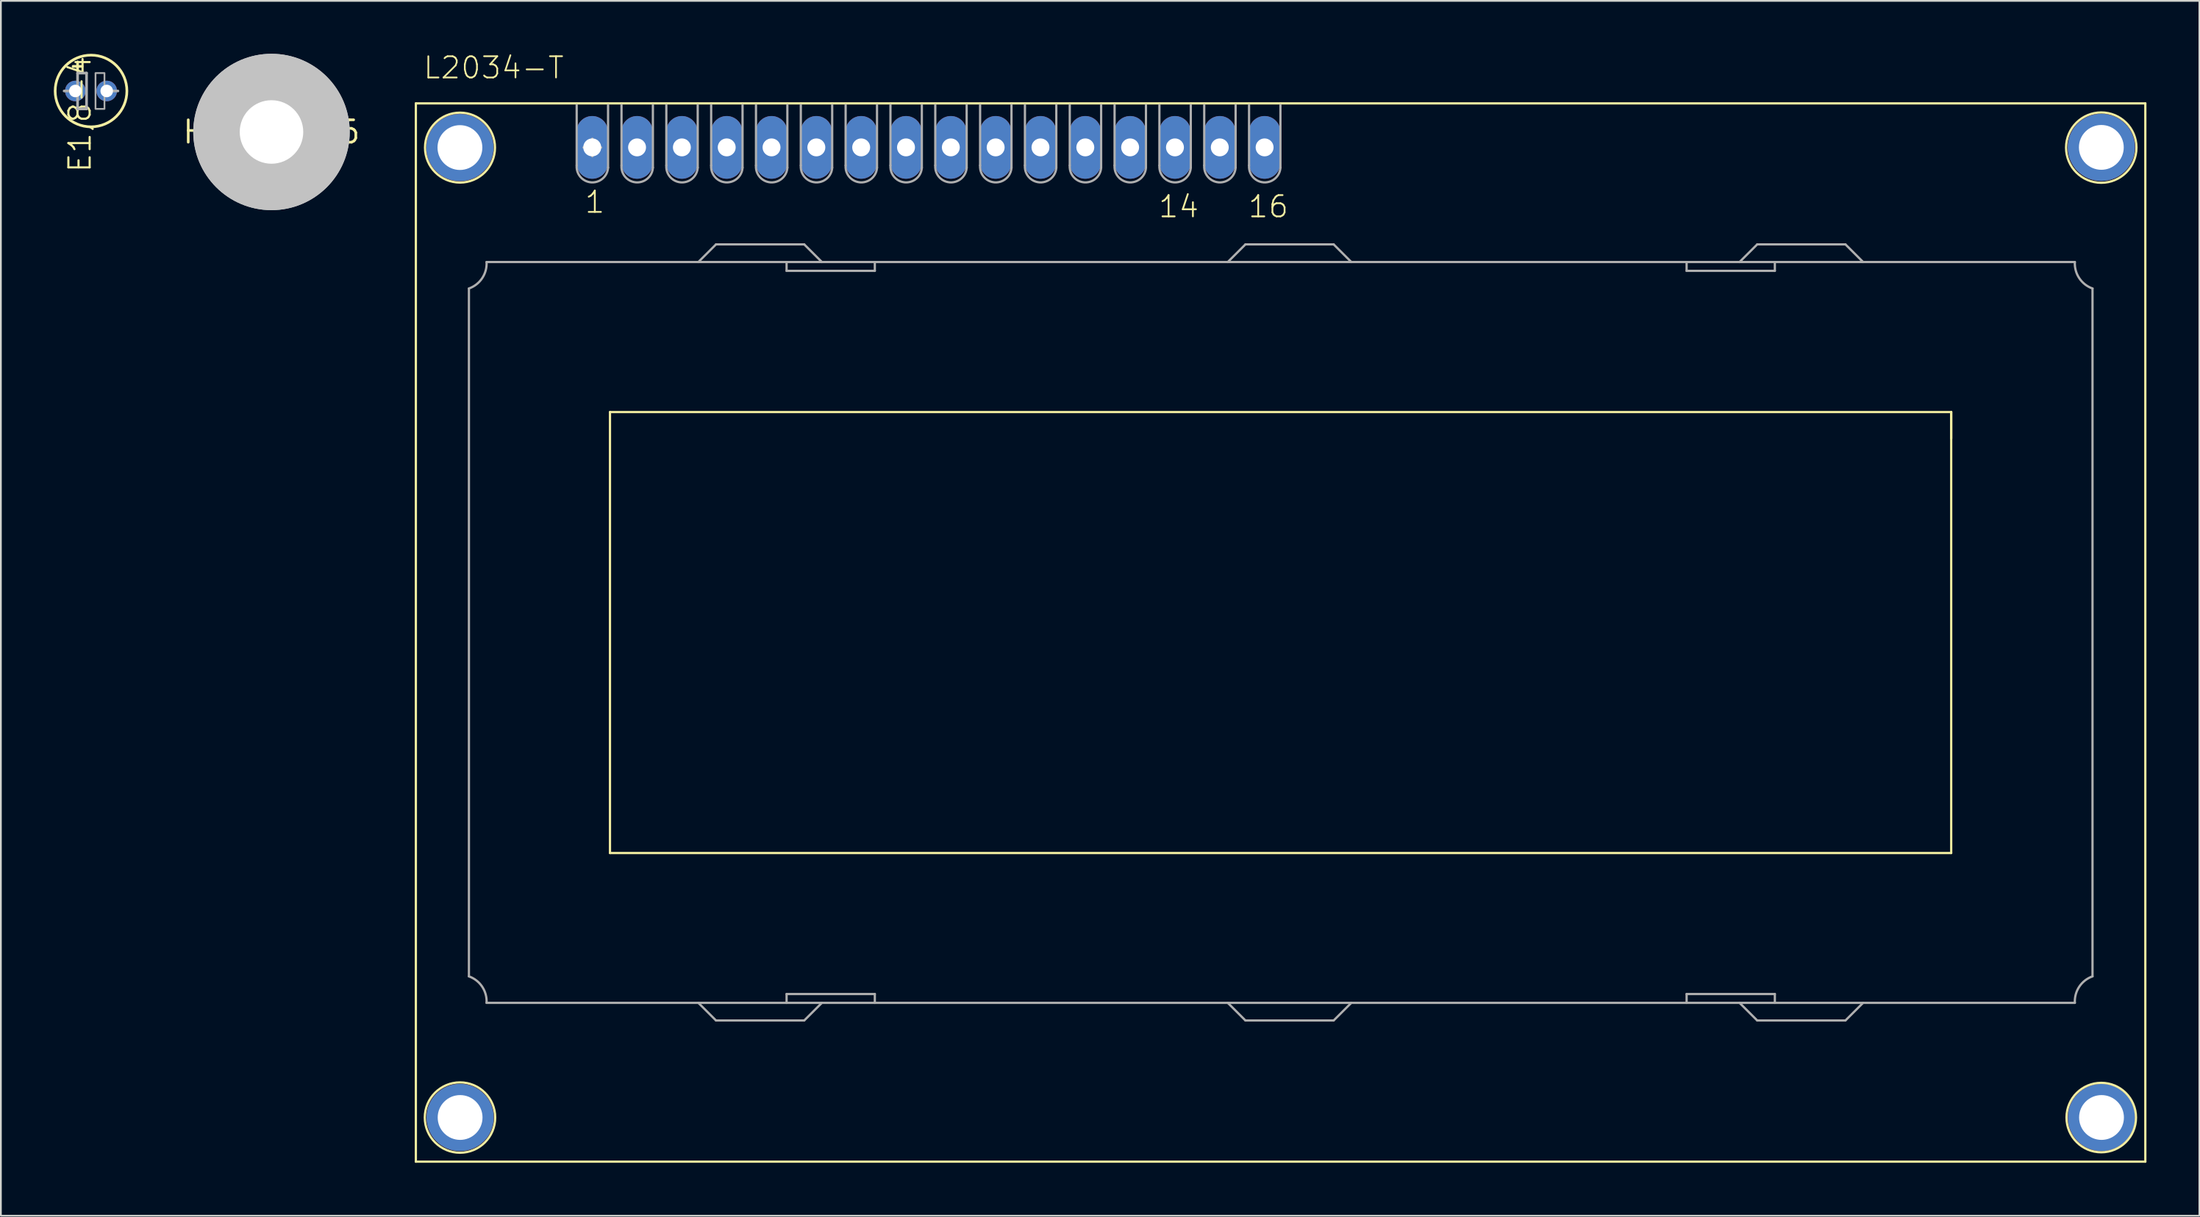
<source format=kicad_pcb>
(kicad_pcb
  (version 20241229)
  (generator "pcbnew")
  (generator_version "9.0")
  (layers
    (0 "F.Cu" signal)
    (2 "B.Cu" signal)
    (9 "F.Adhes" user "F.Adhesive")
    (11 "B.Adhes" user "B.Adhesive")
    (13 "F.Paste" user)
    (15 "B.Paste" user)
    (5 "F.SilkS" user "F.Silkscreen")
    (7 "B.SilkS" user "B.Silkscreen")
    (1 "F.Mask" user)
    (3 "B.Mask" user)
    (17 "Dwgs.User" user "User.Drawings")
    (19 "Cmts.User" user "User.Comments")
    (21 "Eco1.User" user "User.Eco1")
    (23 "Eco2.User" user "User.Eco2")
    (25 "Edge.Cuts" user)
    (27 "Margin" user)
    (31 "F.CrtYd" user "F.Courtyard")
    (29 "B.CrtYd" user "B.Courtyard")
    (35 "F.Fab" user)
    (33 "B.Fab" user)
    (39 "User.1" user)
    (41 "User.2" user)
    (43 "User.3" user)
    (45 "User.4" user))
  (footprint "L2034-T"
    (layer "F.Cu")
    (at 68.617 33.253)
    (property "Reference" "L2034-T" (at -47.747 -31.757 0) (layer "F.SilkS") (effects (font (size 1.206 1.206) (thickness 0.097)) (justify left bottom)))
    (attr through_hole)
    (fp_line (start -48.102 -30.442) (end -48.102 29.558) (stroke (width 0.127) (type solid)) (layer "F.SilkS"))
    (fp_line (start -48.102 29.558) (end 49.898 29.558) (stroke (width 0.127) (type solid)) (layer "F.SilkS"))
    (fp_line (start -37.102 -12.941) (end -37.102 12.059) (stroke (width 0.127) (type solid)) (layer "F.SilkS"))
    (fp_line (start -37.102 -12.941) (end 38.898 -12.941) (stroke (width 0.127) (type solid)) (layer "F.SilkS"))
    (fp_line (start -37.102 12.059) (end 38.898 12.059) (stroke (width 0.127) (type solid)) (layer "F.SilkS"))
    (fp_line (start 38.898 -12.941) (end 38.898 -11.441) (stroke (width 0.127) (type solid)) (layer "F.SilkS"))
    (fp_line (start 38.898 12.059) (end 38.898 -12.941) (stroke (width 0.127) (type solid)) (layer "F.SilkS"))
    (fp_line (start 49.898 -30.442) (end -48.102 -30.442) (stroke (width 0.127) (type solid)) (layer "F.SilkS"))
    (fp_line (start 49.898 29.558) (end 49.898 -30.442) (stroke (width 0.127) (type solid)) (layer "F.SilkS"))
    (fp_circle (center -45.601 -27.934) (end -43.619 -27.934) (stroke (width 0.127) (type solid)) (fill no) (layer "F.SilkS"))
    (fp_circle (center -45.601 27.057) (end -43.607 27.057) (stroke (width 0.127) (type solid)) (fill no) (layer "F.SilkS"))
    (fp_circle (center 47.401 -27.934) (end 49.395 -27.934) (stroke (width 0.127) (type solid)) (fill no) (layer "F.SilkS"))
    (fp_circle (center 47.401 27.057) (end 49.37 27.057) (stroke (width 0.127) (type solid)) (fill no) (layer "F.SilkS"))
    (fp_line (start -46.602 -27.942) (end -44.602 -27.942) (stroke (width 0.127) (type solid)) (layer "F.Fab"))
    (fp_line (start -46.602 27.058) (end -44.602 27.058) (stroke (width 0.127) (type solid)) (layer "F.Fab"))
    (fp_line (start -45.602 -28.942) (end -45.602 -26.942) (stroke (width 0.127) (type solid)) (layer "F.Fab"))
    (fp_line (start -45.602 26.058) (end -45.602 28.058) (stroke (width 0.127) (type solid)) (layer "F.Fab"))
    (fp_line (start -45.095 -19.947) (end -45.095 19.053) (stroke (width 0.127) (type solid)) (layer "F.Fab"))
    (fp_line (start -44.095 20.553) (end -32.095 20.553) (stroke (width 0.127) (type solid)) (layer "F.Fab"))
    (fp_line (start -38.989 -26.924) (end -38.989 -30.353) (stroke (width 0.127) (type solid)) (layer "F.Fab"))
    (fp_line (start -38.602 -27.942) (end -37.602 -27.942) (stroke (width 0.127) (type solid)) (layer "F.Fab"))
    (fp_line (start -38.102 -28.442) (end -38.102 -27.442) (stroke (width 0.127) (type solid)) (layer "F.Fab"))
    (fp_line (start -37.211 -26.797) (end -37.211 -30.353) (stroke (width 0.127) (type solid)) (layer "F.Fab"))
    (fp_line (start -36.449 -26.924) (end -36.449 -30.353) (stroke (width 0.127) (type solid)) (layer "F.Fab"))
    (fp_line (start -34.671 -26.797) (end -34.671 -30.353) (stroke (width 0.127) (type solid)) (layer "F.Fab"))
    (fp_line (start -33.909 -26.924) (end -33.909 -30.353) (stroke (width 0.127) (type solid)) (layer "F.Fab"))
    (fp_line (start -32.131 -26.797) (end -32.131 -30.353) (stroke (width 0.127) (type solid)) (layer "F.Fab"))
    (fp_line (start -32.095 -21.447) (end -44.095 -21.447) (stroke (width 0.127) (type solid)) (layer "F.Fab"))
    (fp_line (start -32.095 -21.447) (end -31.095 -22.447) (stroke (width 0.127) (type solid)) (layer "F.Fab"))
    (fp_line (start -32.095 20.553) (end -31.095 21.553) (stroke (width 0.127) (type solid)) (layer "F.Fab"))
    (fp_line (start -32.095 20.553) (end -27.095 20.553) (stroke (width 0.127) (type solid)) (layer "F.Fab"))
    (fp_line (start -31.369 -26.924) (end -31.369 -30.353) (stroke (width 0.127) (type solid)) (layer "F.Fab"))
    (fp_line (start -31.095 -22.447) (end -26.095 -22.447) (stroke (width 0.127) (type solid)) (layer "F.Fab"))
    (fp_line (start -31.095 21.553) (end -26.095 21.553) (stroke (width 0.127) (type solid)) (layer "F.Fab"))
    (fp_line (start -29.591 -26.797) (end -29.591 -30.353) (stroke (width 0.127) (type solid)) (layer "F.Fab"))
    (fp_line (start -28.829 -26.924) (end -28.829 -30.353) (stroke (width 0.127) (type solid)) (layer "F.Fab"))
    (fp_line (start -27.095 -21.447) (end -32.095 -21.447) (stroke (width 0.127) (type solid)) (layer "F.Fab"))
    (fp_line (start -27.095 -21.447) (end -27.095 -20.947) (stroke (width 0.127) (type solid)) (layer "F.Fab"))
    (fp_line (start -27.095 -20.947) (end -22.095 -20.947) (stroke (width 0.127) (type solid)) (layer "F.Fab"))
    (fp_line (start -27.095 20.053) (end -22.095 20.053) (stroke (width 0.127) (type solid)) (layer "F.Fab"))
    (fp_line (start -27.095 20.553) (end -27.095 20.053) (stroke (width 0.127) (type solid)) (layer "F.Fab"))
    (fp_line (start -27.095 20.553) (end -25.095 20.553) (stroke (width 0.127) (type solid)) (layer "F.Fab"))
    (fp_line (start -27.051 -26.797) (end -27.051 -30.353) (stroke (width 0.127) (type solid)) (layer "F.Fab"))
    (fp_line (start -26.289 -26.924) (end -26.289 -30.353) (stroke (width 0.127) (type solid)) (layer "F.Fab"))
    (fp_line (start -26.095 -22.447) (end -25.095 -21.447) (stroke (width 0.127) (type solid)) (layer "F.Fab"))
    (fp_line (start -26.095 21.553) (end -25.095 20.553) (stroke (width 0.127) (type solid)) (layer "F.Fab"))
    (fp_line (start -25.095 -21.447) (end -27.095 -21.447) (stroke (width 0.127) (type solid)) (layer "F.Fab"))
    (fp_line (start -25.095 20.553) (end -22.095 20.553) (stroke (width 0.127) (type solid)) (layer "F.Fab"))
    (fp_line (start -24.511 -26.797) (end -24.511 -30.353) (stroke (width 0.127) (type solid)) (layer "F.Fab"))
    (fp_line (start -23.749 -26.924) (end -23.749 -30.353) (stroke (width 0.127) (type solid)) (layer "F.Fab"))
    (fp_line (start -22.095 -21.447) (end -25.095 -21.447) (stroke (width 0.127) (type solid)) (layer "F.Fab"))
    (fp_line (start -22.095 -20.947) (end -22.095 -21.447) (stroke (width 0.127) (type solid)) (layer "F.Fab"))
    (fp_line (start -22.095 20.053) (end -22.095 20.553) (stroke (width 0.127) (type solid)) (layer "F.Fab"))
    (fp_line (start -22.095 20.553) (end -2.095 20.553) (stroke (width 0.127) (type solid)) (layer "F.Fab"))
    (fp_line (start -21.971 -26.797) (end -21.971 -30.353) (stroke (width 0.127) (type solid)) (layer "F.Fab"))
    (fp_line (start -21.209 -26.924) (end -21.209 -30.353) (stroke (width 0.127) (type solid)) (layer "F.Fab"))
    (fp_line (start -19.431 -26.797) (end -19.431 -30.353) (stroke (width 0.127) (type solid)) (layer "F.Fab"))
    (fp_line (start -18.669 -26.924) (end -18.669 -30.353) (stroke (width 0.127) (type solid)) (layer "F.Fab"))
    (fp_line (start -16.891 -26.797) (end -16.891 -30.353) (stroke (width 0.127) (type solid)) (layer "F.Fab"))
    (fp_line (start -16.129 -26.924) (end -16.129 -30.353) (stroke (width 0.127) (type solid)) (layer "F.Fab"))
    (fp_line (start -14.351 -26.797) (end -14.351 -30.353) (stroke (width 0.127) (type solid)) (layer "F.Fab"))
    (fp_line (start -13.589 -26.924) (end -13.589 -30.353) (stroke (width 0.127) (type solid)) (layer "F.Fab"))
    (fp_line (start -11.811 -26.797) (end -11.811 -30.353) (stroke (width 0.127) (type solid)) (layer "F.Fab"))
    (fp_line (start -11.049 -26.924) (end -11.049 -30.353) (stroke (width 0.127) (type solid)) (layer "F.Fab"))
    (fp_line (start -9.271 -26.797) (end -9.271 -30.353) (stroke (width 0.127) (type solid)) (layer "F.Fab"))
    (fp_line (start -8.509 -26.924) (end -8.509 -30.353) (stroke (width 0.127) (type solid)) (layer "F.Fab"))
    (fp_line (start -6.731 -26.797) (end -6.731 -30.353) (stroke (width 0.127) (type solid)) (layer "F.Fab"))
    (fp_line (start -5.969 -26.924) (end -5.969 -30.353) (stroke (width 0.127) (type solid)) (layer "F.Fab"))
    (fp_line (start -4.191 -26.797) (end -4.191 -30.353) (stroke (width 0.127) (type solid)) (layer "F.Fab"))
    (fp_line (start -3.429 -26.924) (end -3.429 -30.353) (stroke (width 0.127) (type solid)) (layer "F.Fab"))
    (fp_line (start -2.095 -21.447) (end -22.095 -21.447) (stroke (width 0.127) (type solid)) (layer "F.Fab"))
    (fp_line (start -2.095 -21.447) (end -1.095 -22.447) (stroke (width 0.127) (type solid)) (layer "F.Fab"))
    (fp_line (start -2.095 20.553) (end 4.905 20.553) (stroke (width 0.127) (type solid)) (layer "F.Fab"))
    (fp_line (start -1.651 -26.797) (end -1.651 -30.353) (stroke (width 0.127) (type solid)) (layer "F.Fab"))
    (fp_line (start -1.095 -22.447) (end 3.905 -22.447) (stroke (width 0.127) (type solid)) (layer "F.Fab"))
    (fp_line (start -1.095 21.553) (end -2.095 20.553) (stroke (width 0.127) (type solid)) (layer "F.Fab"))
    (fp_line (start -1.095 21.553) (end 3.905 21.553) (stroke (width 0.127) (type solid)) (layer "F.Fab"))
    (fp_line (start -0.889 -26.924) (end -0.889 -30.353) (stroke (width 0.127) (type solid)) (layer "F.Fab"))
    (fp_line (start 0.889 -26.797) (end 0.889 -30.353) (stroke (width 0.127) (type solid)) (layer "F.Fab"))
    (fp_line (start 3.905 -22.447) (end 4.905 -21.447) (stroke (width 0.127) (type solid)) (layer "F.Fab"))
    (fp_line (start 3.905 21.553) (end 4.905 20.553) (stroke (width 0.127) (type solid)) (layer "F.Fab"))
    (fp_line (start 4.905 -21.447) (end -2.095 -21.447) (stroke (width 0.127) (type solid)) (layer "F.Fab"))
    (fp_line (start 4.905 20.553) (end 23.905 20.553) (stroke (width 0.127) (type solid)) (layer "F.Fab"))
    (fp_line (start 23.905 -21.447) (end 4.905 -21.447) (stroke (width 0.127) (type solid)) (layer "F.Fab"))
    (fp_line (start 23.905 -20.947) (end 23.905 -21.447) (stroke (width 0.127) (type solid)) (layer "F.Fab"))
    (fp_line (start 23.905 20.053) (end 23.905 20.553) (stroke (width 0.127) (type solid)) (layer "F.Fab"))
    (fp_line (start 23.905 20.053) (end 28.905 20.053) (stroke (width 0.127) (type solid)) (layer "F.Fab"))
    (fp_line (start 23.905 20.553) (end 26.905 20.553) (stroke (width 0.127) (type solid)) (layer "F.Fab"))
    (fp_line (start 26.905 -21.447) (end 23.905 -21.447) (stroke (width 0.127) (type solid)) (layer "F.Fab"))
    (fp_line (start 26.905 20.553) (end 28.905 20.553) (stroke (width 0.127) (type solid)) (layer "F.Fab"))
    (fp_line (start 27.905 -22.447) (end 26.905 -21.447) (stroke (width 0.127) (type solid)) (layer "F.Fab"))
    (fp_line (start 27.905 21.553) (end 26.905 20.553) (stroke (width 0.127) (type solid)) (layer "F.Fab"))
    (fp_line (start 28.905 -21.447) (end 26.905 -21.447) (stroke (width 0.127) (type solid)) (layer "F.Fab"))
    (fp_line (start 28.905 -20.947) (end 23.905 -20.947) (stroke (width 0.127) (type solid)) (layer "F.Fab"))
    (fp_line (start 28.905 -20.947) (end 28.905 -21.447) (stroke (width 0.127) (type solid)) (layer "F.Fab"))
    (fp_line (start 28.905 20.053) (end 28.905 20.553) (stroke (width 0.127) (type solid)) (layer "F.Fab"))
    (fp_line (start 28.905 20.553) (end 33.905 20.553) (stroke (width 0.127) (type solid)) (layer "F.Fab"))
    (fp_line (start 32.905 -22.447) (end 27.905 -22.447) (stroke (width 0.127) (type solid)) (layer "F.Fab"))
    (fp_line (start 32.905 21.553) (end 27.905 21.553) (stroke (width 0.127) (type solid)) (layer "F.Fab"))
    (fp_line (start 33.905 -21.447) (end 28.905 -21.447) (stroke (width 0.127) (type solid)) (layer "F.Fab"))
    (fp_line (start 33.905 -21.447) (end 32.905 -22.447) (stroke (width 0.127) (type solid)) (layer "F.Fab"))
    (fp_line (start 33.905 20.553) (end 32.905 21.553) (stroke (width 0.127) (type solid)) (layer "F.Fab"))
    (fp_line (start 33.905 20.553) (end 45.905 20.553) (stroke (width 0.127) (type solid)) (layer "F.Fab"))
    (fp_line (start 45.905 -21.447) (end 33.905 -21.447) (stroke (width 0.127) (type solid)) (layer "F.Fab"))
    (fp_line (start 46.398 -27.942) (end 48.398 -27.942) (stroke (width 0.127) (type solid)) (layer "F.Fab"))
    (fp_line (start 46.398 27.058) (end 48.398 27.058) (stroke (width 0.127) (type solid)) (layer "F.Fab"))
    (fp_line (start 46.905 19.053) (end 46.905 -19.947) (stroke (width 0.127) (type solid)) (layer "F.Fab"))
    (fp_line (start 47.398 -28.942) (end 47.398 -26.942) (stroke (width 0.127) (type solid)) (layer "F.Fab"))
    (fp_line (start 47.398 26.058) (end 47.398 28.058) (stroke (width 0.127) (type solid)) (layer "F.Fab"))
    (fp_arc (start -45.0949 19.0529) (mid -44.34488 19.63622) (end -44.0949 20.5529) (stroke (width 0.127) (type solid)) (layer "F.Fab"))
    (fp_arc (start -44.0949 -21.4471) (mid -44.34488 -20.53042) (end -45.0949 -19.9471) (stroke (width 0.127) (type solid)) (layer "F.Fab"))
    (fp_arc (start -37.211 -26.797) (mid -38.1635 -25.9715) (end -38.989 -26.924) (stroke (width 0.127) (type solid)) (layer "F.Fab"))
    (fp_arc (start -34.671 -26.797) (mid -35.6235 -25.9715) (end -36.449 -26.924) (stroke (width 0.127) (type solid)) (layer "F.Fab"))
    (fp_arc (start -32.131 -26.797) (mid -33.0835 -25.9715) (end -33.909 -26.924) (stroke (width 0.127) (type solid)) (layer "F.Fab"))
    (fp_arc (start -29.591 -26.797) (mid -30.5435 -25.9715) (end -31.369 -26.924) (stroke (width 0.127) (type solid)) (layer "F.Fab"))
    (fp_arc (start -27.051 -26.797) (mid -28.0035 -25.9715) (end -28.829 -26.924) (stroke (width 0.127) (type solid)) (layer "F.Fab"))
    (fp_arc (start -24.511 -26.797) (mid -25.4635 -25.9715) (end -26.289 -26.924) (stroke (width 0.127) (type solid)) (layer "F.Fab"))
    (fp_arc (start -21.971 -26.797) (mid -22.9235 -25.9715) (end -23.749 -26.924) (stroke (width 0.127) (type solid)) (layer "F.Fab"))
    (fp_arc (start -19.431 -26.797) (mid -20.3835 -25.9715) (end -21.209 -26.924) (stroke (width 0.127) (type solid)) (layer "F.Fab"))
    (fp_arc (start -16.891 -26.797) (mid -17.8435 -25.9715) (end -18.669 -26.924) (stroke (width 0.127) (type solid)) (layer "F.Fab"))
    (fp_arc (start -14.351 -26.797) (mid -15.3035 -25.9715) (end -16.129 -26.924) (stroke (width 0.127) (type solid)) (layer "F.Fab"))
    (fp_arc (start -11.811 -26.797) (mid -12.7635 -25.9715) (end -13.589 -26.924) (stroke (width 0.127) (type solid)) (layer "F.Fab"))
    (fp_arc (start -9.271 -26.797) (mid -10.2235 -25.9715) (end -11.049 -26.924) (stroke (width 0.127) (type solid)) (layer "F.Fab"))
    (fp_arc (start -6.731 -26.797) (mid -7.6835 -25.9715) (end -8.509 -26.924) (stroke (width 0.127) (type solid)) (layer "F.Fab"))
    (fp_arc (start -4.191 -26.797) (mid -5.1435 -25.9715) (end -5.969 -26.924) (stroke (width 0.127) (type solid)) (layer "F.Fab"))
    (fp_arc (start -1.651 -26.797) (mid -2.6035 -25.9715) (end -3.429 -26.924) (stroke (width 0.127) (type solid)) (layer "F.Fab"))
    (fp_arc (start 0.889 -26.797) (mid -0.0635 -25.9715) (end -0.889 -26.924) (stroke (width 0.127) (type solid)) (layer "F.Fab"))
    (fp_arc (start 45.9051 20.5529) (mid 46.15508 19.63622) (end 46.9051 19.0529) (stroke (width 0.127) (type solid)) (layer "F.Fab"))
    (fp_arc (start 46.9051 -19.9471) (mid 46.15508 -20.53042) (end 45.9051 -21.4471) (stroke (width 0.127) (type solid)) (layer "F.Fab"))
    (fp_text user "14" (at -6.091 -23.883 0) (layer "F.SilkS") (effects (font (size 1.206 1.206) (thickness 0.102)) (justify left bottom)))
    (fp_text user "16" (at -1.011 -23.883 0) (layer "F.SilkS") (effects (font (size 1.206 1.206) (thickness 0.102)) (justify left bottom)))
    (fp_text user "1" (at -38.603 -24.137 0) (layer "F.SilkS") (effects (font (size 1.206 1.206) (thickness 0.102)) (justify left bottom)))
    (pad "1" thru_hole oval (at -38.108 -27.947 270) (size 3.556 1.778) (drill 1.016) (layers "*.Cu" "*.Mask"))
    (pad "2" thru_hole oval (at -35.568 -27.947 270) (size 3.556 1.778) (drill 1.016) (layers "*.Cu" "*.Mask"))
    (pad "3" thru_hole oval (at -33.028 -27.947 270) (size 3.556 1.778) (drill 1.016) (layers "*.Cu" "*.Mask"))
    (pad "4" thru_hole oval (at -30.488 -27.947 270) (size 3.556 1.778) (drill 1.016) (layers "*.Cu" "*.Mask"))
    (pad "5" thru_hole oval (at -27.948 -27.947 270) (size 3.556 1.778) (drill 1.016) (layers "*.Cu" "*.Mask"))
    (pad "6" thru_hole oval (at -25.408 -27.947 270) (size 3.556 1.778) (drill 1.016) (layers "*.Cu" "*.Mask"))
    (pad "7" thru_hole oval (at -22.868 -27.947 270) (size 3.556 1.778) (drill 1.016) (layers "*.Cu" "*.Mask"))
    (pad "8" thru_hole oval (at -20.328 -27.947 270) (size 3.556 1.778) (drill 1.016) (layers "*.Cu" "*.Mask"))
    (pad "9" thru_hole oval (at -17.788 -27.947 270) (size 3.556 1.778) (drill 1.016) (layers "*.Cu" "*.Mask"))
    (pad "10" thru_hole oval (at -15.248 -27.947 270) (size 3.556 1.778) (drill 1.016) (layers "*.Cu" "*.Mask"))
    (pad "11" thru_hole oval (at -12.708 -27.947 270) (size 3.556 1.778) (drill 1.016) (layers "*.Cu" "*.Mask"))
    (pad "12" thru_hole oval (at -10.168 -27.947 270) (size 3.556 1.778) (drill 1.016) (layers "*.Cu" "*.Mask"))
    (pad "13" thru_hole oval (at -7.628 -27.947 270) (size 3.556 1.778) (drill 1.016) (layers "*.Cu" "*.Mask"))
    (pad "14" thru_hole oval (at -5.088 -27.947 270) (size 3.556 1.778) (drill 1.016) (layers "*.Cu" "*.Mask"))
    (pad "15" thru_hole oval (at -2.548 -27.947 270) (size 3.556 1.778) (drill 1.016) (layers "*.Cu" "*.Mask"))
    (pad "16" thru_hole oval (at -0.008 -27.947 270) (size 3.556 1.778) (drill 1.016) (layers "*.Cu" "*.Mask"))
    (pad "P$1" thru_hole circle (at -45.605 -27.937) (size 3.81 3.81) (drill 2.54) (layers "*.Cu" "*.Mask"))
    (pad "P$2" thru_hole circle (at -45.595 27.053) (size 3.81 3.81) (drill 2.54) (layers "*.Cu" "*.Mask"))
    (pad "P$3" thru_hole circle (at 47.415 27.053) (size 3.81 3.81) (drill 2.54) (layers "*.Cu" "*.Mask"))
    (pad "P$4" thru_hole circle (at 47.405 -27.947) (size 3.81 3.81) (drill 2.54) (layers "*.Cu" "*.Mask")))
  (footprint "HOLES_3,6"
    (layer "F.Cu")
    (at 12.334 4.432)
    (property "Reference" "HOLES_3,6" (at 0 0 0) (layer "F.SilkS") (effects (font (size 1.27 1.27) (thickness 0.15))))
    (attr through_hole)
    (fp_circle (center 0 0) (end 1.9 0) (stroke (width 0.203) (type solid)) (fill no) (layer "F.SilkS"))
    (fp_circle (center 0 0) (end 3.429 0) (stroke (width 0.152) (type solid)) (fill no) (layer "F.SilkS"))
    (fp_circle (center 0 0) (end 3.048 0) (stroke (width 2.032) (type solid)) (fill no) (layer "Dwgs.User"))
    (fp_circle (center 0 0) (end 3.048 0) (stroke (width 2.032) (type solid)) (fill no) (layer "Dwgs.User"))
    (fp_circle (center 0 0) (end 3.048 0) (stroke (width 2.032) (type solid)) (fill no) (layer "Dwgs.User"))
    (fp_circle (center 0 0) (end 3.048 0) (stroke (width 2.769) (type solid)) (fill no) (layer "Dwgs.User"))
    (fp_circle (center 0 0) (end 3.048 0) (stroke (width 2.769) (type solid)) (fill no) (layer "Dwgs.User"))
    (fp_arc (start 0 -2.159) (mid 1.526644 -1.526644) (end 2.159 0) (stroke (width 2.4892) (type solid)) (layer "F.Fab"))
    (fp_arc (start 0 2.159) (mid -1.526644 1.526644) (end -2.159 0) (stroke (width 2.4892) (type solid)) (layer "F.Fab"))
    (fp_circle (center 0 0) (end 0.762 0) (stroke (width 0.457) (type solid)) (fill no) (layer "F.Fab"))
    (pad "" np_thru_hole circle (at 0 0) (size 3.6 3.6) (drill 3.6) (layers "*.Cu" "*.Mask")))
  (footprint "E1,8-4"
    (layer "F.Cu")
    (at 2.108 2.108)
    (property "Reference" "E1,8-4" (at 0.076 4.699 90) (layer "F.SilkS") (effects (font (size 1.206 1.206) (thickness 0.121)) (justify left bottom)))
    (attr through_hole)
    (fp_line (start -1.016 -1.397) (end -0.508 -1.397) (stroke (width 0.152) (type solid)) (layer "F.SilkS"))
    (fp_line (start -0.762 -1.143) (end -0.762 -1.651) (stroke (width 0.152) (type solid)) (layer "F.SilkS"))
    (fp_circle (center 0 0) (end 2.032 0) (stroke (width 0.152) (type solid)) (fill no) (layer "F.SilkS"))
    (fp_line (start -1.524 0) (end -0.762 0) (stroke (width 0.152) (type solid)) (layer "F.Fab"))
    (fp_line (start -0.762 -1.016) (end -0.762 0) (stroke (width 0.152) (type solid)) (layer "F.Fab"))
    (fp_line (start -0.762 0) (end -0.762 1.016) (stroke (width 0.152) (type solid)) (layer "F.Fab"))
    (fp_line (start -0.762 1.016) (end -0.254 1.016) (stroke (width 0.152) (type solid)) (layer "F.Fab"))
    (fp_line (start -0.254 -1.016) (end -0.762 -1.016) (stroke (width 0.152) (type solid)) (layer "F.Fab"))
    (fp_line (start -0.254 1.016) (end -0.254 -1.016) (stroke (width 0.152) (type solid)) (layer "F.Fab"))
    (fp_line (start 0.635 0) (end 1.524 0) (stroke (width 0.152) (type solid)) (layer "F.Fab"))
    (fp_poly (pts (xy 0.254 1.016) (xy 0.762 1.016) (xy 0.762 -1.016) (xy 0.254 -1.016)) (stroke (width 0.1) (type solid)) (fill no) (layer "F.Fab"))
    (pad "+" thru_hole circle (at -0.889 0) (size 1.168 1.168) (drill 0.711) (layers "*.Cu" "*.Mask"))
    (pad "-" thru_hole circle (at 0.889 0) (size 1.168 1.168) (drill 0.711) (layers "*.Cu" "*.Mask")))
  (gr_rect
    (start -3 -3)
    (end 121.578 65.875)
    (stroke (width 0.1) (type default))
    (fill no)
    (layer "Edge.Cuts")))
</source>
